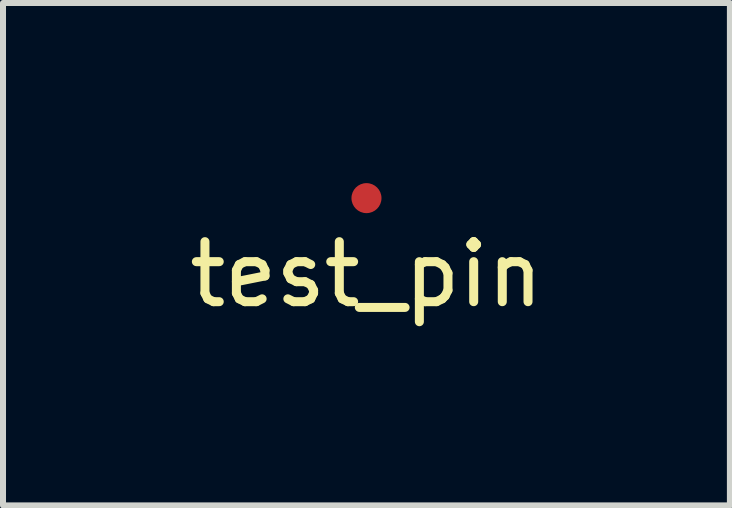
<source format=kicad_pcb>
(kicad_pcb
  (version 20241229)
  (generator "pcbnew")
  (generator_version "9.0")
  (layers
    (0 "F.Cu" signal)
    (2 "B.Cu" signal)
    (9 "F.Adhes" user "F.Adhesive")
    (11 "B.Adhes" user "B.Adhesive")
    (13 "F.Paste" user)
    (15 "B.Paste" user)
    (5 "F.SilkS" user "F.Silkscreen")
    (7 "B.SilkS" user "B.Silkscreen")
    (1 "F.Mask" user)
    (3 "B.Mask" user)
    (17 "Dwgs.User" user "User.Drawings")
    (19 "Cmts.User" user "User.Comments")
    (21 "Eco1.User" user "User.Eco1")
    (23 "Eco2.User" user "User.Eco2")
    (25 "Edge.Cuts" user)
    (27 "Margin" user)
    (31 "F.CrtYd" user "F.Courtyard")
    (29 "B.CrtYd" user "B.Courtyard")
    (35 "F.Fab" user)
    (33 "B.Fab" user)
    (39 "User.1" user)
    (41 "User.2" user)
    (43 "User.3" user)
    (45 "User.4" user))
  (footprint "test_pin"
    (layer "F.Cu")
    (at 3.054 0.25)
    (property "Reference" "test_pin" (at 0 1.27 0) (layer "F.SilkS") (effects (font (size 1 1) (thickness 0.15))))
    (attr through_hole)
    (pad "1" smd circle (at 0 0) (size 0.5 0.5) (layers "F.Cu" "F.Mask" "F.Paste")))
  (gr_rect
    (start -3 -3)
    (end 9.107 5.368)
    (stroke (width 0.1) (type default))
    (fill no)
    (layer "Edge.Cuts")))
</source>
